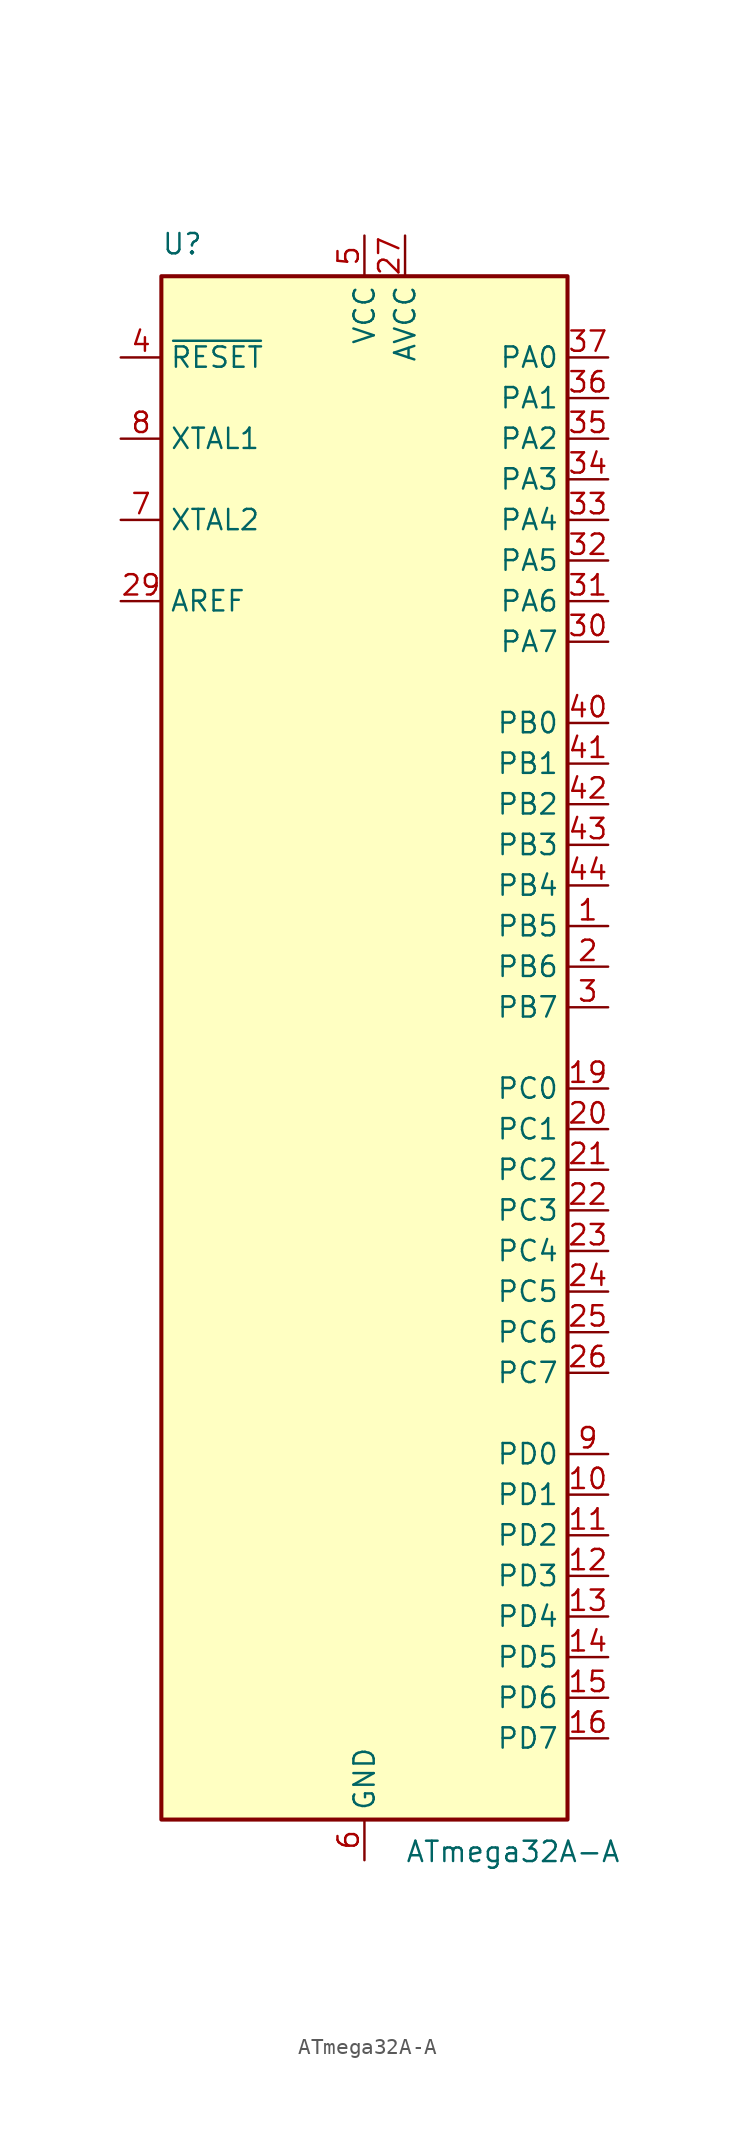
<source format=kicad_sym>
(kicad_symbol_lib
  (version 20231120)
  (generator "kicad_symbol_editor")
  (generator_version "8.0")
  (symbol "ATmega32A-A"
    (property "Reference" "U"
      (at -12.7 49.53 0)
      (effects (font (size 1.27 1.27)) (justify left bottom)))
    (property "Value" "ATmega32A-A"
      (at 2.54 -49.53 0)
      (effects (font (size 1.27 1.27)) (justify left top)))
    (symbol "ATmega32A-A_0_1"
      (rectangle (start -12.7 -48.26) (end 12.7 48.26) (stroke (width 0.254) (type default)) (fill (type background))))
    (symbol "ATmega32A-A_1_1"
      (pin bidirectional line (at 15.24 7.62 180) (length 2.54) (name "PB5" (effects (font (size 1.27 1.27)))) (number "1" (effects (font (size 1.27 1.27)))))
      (pin bidirectional line (at 15.24 -27.94 180) (length 2.54) (name "PD1" (effects (font (size 1.27 1.27)))) (number "10" (effects (font (size 1.27 1.27)))))
      (pin bidirectional line (at 15.24 -30.48 180) (length 2.54) (name "PD2" (effects (font (size 1.27 1.27)))) (number "11" (effects (font (size 1.27 1.27)))))
      (pin bidirectional line (at 15.24 -33.02 180) (length 2.54) (name "PD3" (effects (font (size 1.27 1.27)))) (number "12" (effects (font (size 1.27 1.27)))))
      (pin bidirectional line (at 15.24 -35.56 180) (length 2.54) (name "PD4" (effects (font (size 1.27 1.27)))) (number "13" (effects (font (size 1.27 1.27)))))
      (pin bidirectional line (at 15.24 -38.1 180) (length 2.54) (name "PD5" (effects (font (size 1.27 1.27)))) (number "14" (effects (font (size 1.27 1.27)))))
      (pin bidirectional line (at 15.24 -40.64 180) (length 2.54) (name "PD6" (effects (font (size 1.27 1.27)))) (number "15" (effects (font (size 1.27 1.27)))))
      (pin bidirectional line (at 15.24 -43.18 180) (length 2.54) (name "PD7" (effects (font (size 1.27 1.27)))) (number "16" (effects (font (size 1.27 1.27)))))
      (pin passive line (at 0 50.8 270) (length 2.54) hide (name "VCC" (effects (font (size 1.27 1.27)))) (number "17" (effects (font (size 1.27 1.27)))))
      (pin passive line (at 0 -50.8 90) (length 2.54) hide (name "GND" (effects (font (size 1.27 1.27)))) (number "18" (effects (font (size 1.27 1.27)))))
      (pin bidirectional line (at 15.24 -2.54 180) (length 2.54) (name "PC0" (effects (font (size 1.27 1.27)))) (number "19" (effects (font (size 1.27 1.27)))))
      (pin bidirectional line (at 15.24 5.08 180) (length 2.54) (name "PB6" (effects (font (size 1.27 1.27)))) (number "2" (effects (font (size 1.27 1.27)))))
      (pin bidirectional line (at 15.24 -5.08 180) (length 2.54) (name "PC1" (effects (font (size 1.27 1.27)))) (number "20" (effects (font (size 1.27 1.27)))))
      (pin bidirectional line (at 15.24 -7.62 180) (length 2.54) (name "PC2" (effects (font (size 1.27 1.27)))) (number "21" (effects (font (size 1.27 1.27)))))
      (pin bidirectional line (at 15.24 -10.16 180) (length 2.54) (name "PC3" (effects (font (size 1.27 1.27)))) (number "22" (effects (font (size 1.27 1.27)))))
      (pin bidirectional line (at 15.24 -12.7 180) (length 2.54) (name "PC4" (effects (font (size 1.27 1.27)))) (number "23" (effects (font (size 1.27 1.27)))))
      (pin bidirectional line (at 15.24 -15.24 180) (length 2.54) (name "PC5" (effects (font (size 1.27 1.27)))) (number "24" (effects (font (size 1.27 1.27)))))
      (pin bidirectional line (at 15.24 -17.78 180) (length 2.54) (name "PC6" (effects (font (size 1.27 1.27)))) (number "25" (effects (font (size 1.27 1.27)))))
      (pin bidirectional line (at 15.24 -20.32 180) (length 2.54) (name "PC7" (effects (font (size 1.27 1.27)))) (number "26" (effects (font (size 1.27 1.27)))))
      (pin power_in line (at 2.54 50.8 270) (length 2.54) (name "AVCC" (effects (font (size 1.27 1.27)))) (number "27" (effects (font (size 1.27 1.27)))))
      (pin passive line (at 0 -50.8 90) (length 2.54) hide (name "GND" (effects (font (size 1.27 1.27)))) (number "28" (effects (font (size 1.27 1.27)))))
      (pin passive line (at -15.24 27.94 0) (length 2.54) (name "AREF" (effects (font (size 1.27 1.27)))) (number "29" (effects (font (size 1.27 1.27)))))
      (pin bidirectional line (at 15.24 2.54 180) (length 2.54) (name "PB7" (effects (font (size 1.27 1.27)))) (number "3" (effects (font (size 1.27 1.27)))))
      (pin bidirectional line (at 15.24 25.4 180) (length 2.54) (name "PA7" (effects (font (size 1.27 1.27)))) (number "30" (effects (font (size 1.27 1.27)))))
      (pin bidirectional line (at 15.24 27.94 180) (length 2.54) (name "PA6" (effects (font (size 1.27 1.27)))) (number "31" (effects (font (size 1.27 1.27)))))
      (pin bidirectional line (at 15.24 30.48 180) (length 2.54) (name "PA5" (effects (font (size 1.27 1.27)))) (number "32" (effects (font (size 1.27 1.27)))))
      (pin bidirectional line (at 15.24 33.02 180) (length 2.54) (name "PA4" (effects (font (size 1.27 1.27)))) (number "33" (effects (font (size 1.27 1.27)))))
      (pin bidirectional line (at 15.24 35.56 180) (length 2.54) (name "PA3" (effects (font (size 1.27 1.27)))) (number "34" (effects (font (size 1.27 1.27)))))
      (pin bidirectional line (at 15.24 38.1 180) (length 2.54) (name "PA2" (effects (font (size 1.27 1.27)))) (number "35" (effects (font (size 1.27 1.27)))))
      (pin bidirectional line (at 15.24 40.64 180) (length 2.54) (name "PA1" (effects (font (size 1.27 1.27)))) (number "36" (effects (font (size 1.27 1.27)))))
      (pin bidirectional line (at 15.24 43.18 180) (length 2.54) (name "PA0" (effects (font (size 1.27 1.27)))) (number "37" (effects (font (size 1.27 1.27)))))
      (pin passive line (at 0 50.8 270) (length 2.54) hide (name "VCC" (effects (font (size 1.27 1.27)))) (number "38" (effects (font (size 1.27 1.27)))))
      (pin passive line (at 0 -50.8 90) (length 2.54) hide (name "GND" (effects (font (size 1.27 1.27)))) (number "39" (effects (font (size 1.27 1.27)))))
      (pin input line (at -15.24 43.18 0) (length 2.54) (name "~{RESET}" (effects (font (size 1.27 1.27)))) (number "4" (effects (font (size 1.27 1.27)))))
      (pin bidirectional line (at 15.24 20.32 180) (length 2.54) (name "PB0" (effects (font (size 1.27 1.27)))) (number "40" (effects (font (size 1.27 1.27)))))
      (pin bidirectional line (at 15.24 17.78 180) (length 2.54) (name "PB1" (effects (font (size 1.27 1.27)))) (number "41" (effects (font (size 1.27 1.27)))))
      (pin bidirectional line (at 15.24 15.24 180) (length 2.54) (name "PB2" (effects (font (size 1.27 1.27)))) (number "42" (effects (font (size 1.27 1.27)))))
      (pin bidirectional line (at 15.24 12.7 180) (length 2.54) (name "PB3" (effects (font (size 1.27 1.27)))) (number "43" (effects (font (size 1.27 1.27)))))
      (pin bidirectional line (at 15.24 10.16 180) (length 2.54) (name "PB4" (effects (font (size 1.27 1.27)))) (number "44" (effects (font (size 1.27 1.27)))))
      (pin power_in line (at 0 50.8 270) (length 2.54) (name "VCC" (effects (font (size 1.27 1.27)))) (number "5" (effects (font (size 1.27 1.27)))))
      (pin power_in line (at 0 -50.8 90) (length 2.54) (name "GND" (effects (font (size 1.27 1.27)))) (number "6" (effects (font (size 1.27 1.27)))))
      (pin output line (at -15.24 33.02 0) (length 2.54) (name "XTAL2" (effects (font (size 1.27 1.27)))) (number "7" (effects (font (size 1.27 1.27)))))
      (pin input line (at -15.24 38.1 0) (length 2.54) (name "XTAL1" (effects (font (size 1.27 1.27)))) (number "8" (effects (font (size 1.27 1.27)))))
      (pin bidirectional line (at 15.24 -25.4 180) (length 2.54) (name "PD0" (effects (font (size 1.27 1.27)))) (number "9" (effects (font (size 1.27 1.27))))))))
</source>
